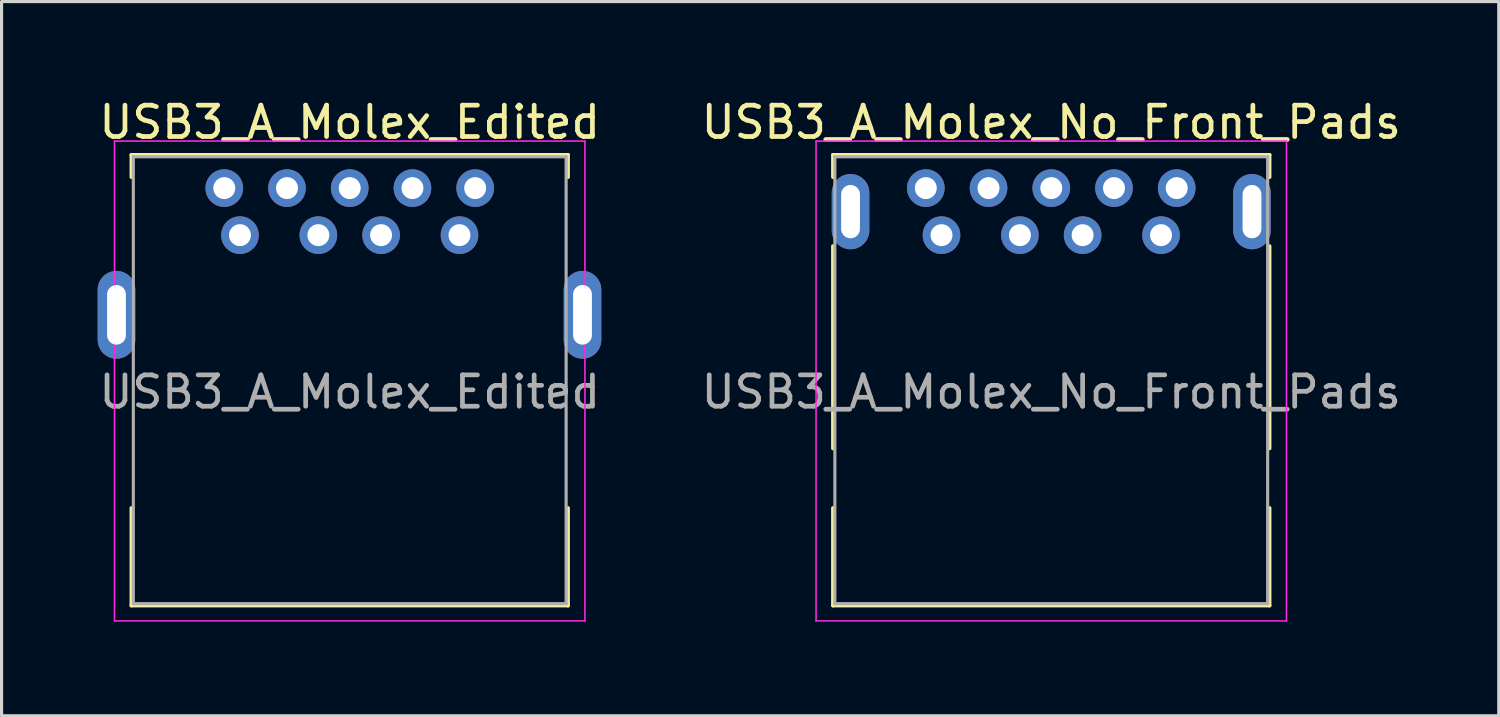
<source format=kicad_pcb>
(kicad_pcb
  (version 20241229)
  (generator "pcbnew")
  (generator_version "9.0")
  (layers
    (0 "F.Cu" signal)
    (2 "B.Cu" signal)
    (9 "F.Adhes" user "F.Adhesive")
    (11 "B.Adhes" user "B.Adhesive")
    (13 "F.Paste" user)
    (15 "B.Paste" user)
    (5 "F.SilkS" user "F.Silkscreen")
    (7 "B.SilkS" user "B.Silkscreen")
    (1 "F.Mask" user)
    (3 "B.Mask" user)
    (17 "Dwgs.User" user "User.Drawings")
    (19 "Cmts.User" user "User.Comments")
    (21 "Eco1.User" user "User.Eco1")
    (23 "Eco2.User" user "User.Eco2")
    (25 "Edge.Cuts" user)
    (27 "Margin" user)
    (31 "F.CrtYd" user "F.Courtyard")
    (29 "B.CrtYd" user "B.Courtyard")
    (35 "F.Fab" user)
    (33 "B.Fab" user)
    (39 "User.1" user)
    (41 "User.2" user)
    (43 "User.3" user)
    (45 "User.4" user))
  (footprint "USB3_A_Molex_Edited"
    (layer "F.Cu")
    (at 4.601 4.448)
    (property "Reference" "USB3_A_Molex_Edited" (at 3.5 -3.6 0) (layer "F.SilkS") (effects (font (size 1 1) (thickness 0.15))))
    (attr through_hole)
    (fp_line (start -3.46 -2.56) (end -3.46 -1.85) (stroke (width 0.12) (type solid)) (layer "F.SilkS"))
    (fp_line (start -3.46 -2.56) (end 10.46 -2.56) (stroke (width 0.12) (type solid)) (layer "F.SilkS"))
    (fp_line (start -3.46 11.81) (end -3.46 8.7) (stroke (width 0.12) (type solid)) (layer "F.SilkS"))
    (fp_line (start -3.46 11.81) (end 10.46 11.81) (stroke (width 0.12) (type solid)) (layer "F.SilkS"))
    (fp_line (start 10.46 -2.56) (end 10.46 -1.85) (stroke (width 0.12) (type solid)) (layer "F.SilkS"))
    (fp_line (start 10.46 11.81) (end 10.46 8.7) (stroke (width 0.12) (type solid)) (layer "F.SilkS"))
    (fp_line (start -4 -3) (end 11 -3) (stroke (width 0.05) (type solid)) (layer "F.CrtYd"))
    (fp_line (start -4 12.3) (end -4 -3) (stroke (width 0.05) (type solid)) (layer "F.CrtYd"))
    (fp_line (start 11 -3) (end 11 12.3) (stroke (width 0.05) (type solid)) (layer "F.CrtYd"))
    (fp_line (start 11 12.3) (end -4 12.3) (stroke (width 0.05) (type solid)) (layer "F.CrtYd"))
    (fp_line (start -3.4 -2.5) (end 10.4 -2.5) (stroke (width 0.1) (type solid)) (layer "F.Fab"))
    (fp_line (start -3.4 11.75) (end -3.4 -2.5) (stroke (width 0.1) (type solid)) (layer "F.Fab"))
    (fp_line (start 10.4 -2.5) (end 10.4 11.75) (stroke (width 0.1) (type solid)) (layer "F.Fab"))
    (fp_line (start 10.4 11.75) (end -3.4 11.75) (stroke (width 0.1) (type solid)) (layer "F.Fab"))
    (fp_text user "${REFERENCE}" (at 3.5 5 0) (layer "F.Fab") (effects (font (size 1 1) (thickness 0.15))))
    (pad "1" thru_hole circle (at 0 0) (size 1.2 1.2) (drill 0.7) (layers "*.Cu" "*.Mask"))
    (pad "2" thru_hole circle (at 2.5 0) (size 1.2 1.2) (drill 0.7) (layers "*.Cu" "*.Mask"))
    (pad "3" thru_hole circle (at 4.5 0) (size 1.2 1.2) (drill 0.7) (layers "*.Cu" "*.Mask"))
    (pad "4" thru_hole circle (at 7 0) (size 1.2 1.2) (drill 0.7) (layers "*.Cu" "*.Mask"))
    (pad "5" thru_hole circle (at 7.5 -1.5) (size 1.2 1.2) (drill 0.7) (layers "*.Cu" "*.Mask"))
    (pad "6" thru_hole circle (at 5.5 -1.5) (size 1.2 1.2) (drill 0.7) (layers "*.Cu" "*.Mask"))
    (pad "7" thru_hole circle (at 3.5 -1.5) (size 1.2 1.2) (drill 0.7) (layers "*.Cu" "*.Mask"))
    (pad "8" thru_hole circle (at 1.5 -1.5) (size 1.2 1.2) (drill 0.7) (layers "*.Cu" "*.Mask"))
    (pad "9" thru_hole circle (at -0.5 -1.5) (size 1.2 1.2) (drill 0.7) (layers "*.Cu" "*.Mask"))
    (pad "10" thru_hole oval (at -3.937 2.54) (size 1.2 2.8) (drill oval 0.6 1.9) (layers "*.Cu" "*.Mask"))
    (pad "10" thru_hole oval (at 10.922 2.54) (size 1.2 2.8) (drill oval 0.6 1.9) (layers "*.Cu" "*.Mask")))
  (footprint "USB3_A_Molex_No_Front_Pads"
    (layer "F.Cu")
    (at 26.97 4.448)
    (property "Reference" "USB3_A_Molex_No_Front_Pads" (at 3.5 -3.6 0) (layer "F.SilkS") (effects (font (size 1 1) (thickness 0.15))))
    (attr through_hole)
    (fp_line (start -3.46 -2.56) (end -3.46 -1.85) (stroke (width 0.12) (type solid)) (layer "F.SilkS"))
    (fp_line (start -3.46 -2.56) (end 10.46 -2.56) (stroke (width 0.12) (type solid)) (layer "F.SilkS"))
    (fp_line (start -3.46 6.8) (end -3.46 0.35) (stroke (width 0.12) (type solid)) (layer "F.SilkS"))
    (fp_line (start -3.46 11.81) (end -3.46 8.7) (stroke (width 0.12) (type solid)) (layer "F.SilkS"))
    (fp_line (start -3.46 11.81) (end 10.46 11.81) (stroke (width 0.12) (type solid)) (layer "F.SilkS"))
    (fp_line (start 10.46 -2.56) (end 10.46 -1.85) (stroke (width 0.12) (type solid)) (layer "F.SilkS"))
    (fp_line (start 10.46 6.8) (end 10.46 0.35) (stroke (width 0.12) (type solid)) (layer "F.SilkS"))
    (fp_line (start 10.46 11.81) (end 10.46 8.7) (stroke (width 0.12) (type solid)) (layer "F.SilkS"))
    (fp_line (start -4 -3) (end 11 -3) (stroke (width 0.05) (type solid)) (layer "F.CrtYd"))
    (fp_line (start -4 12.3) (end -4 -3) (stroke (width 0.05) (type solid)) (layer "F.CrtYd"))
    (fp_line (start 11 -3) (end 11 12.3) (stroke (width 0.05) (type solid)) (layer "F.CrtYd"))
    (fp_line (start 11 12.3) (end -4 12.3) (stroke (width 0.05) (type solid)) (layer "F.CrtYd"))
    (fp_line (start -3.4 -2.5) (end 10.4 -2.5) (stroke (width 0.1) (type solid)) (layer "F.Fab"))
    (fp_line (start -3.4 11.75) (end -3.4 -2.5) (stroke (width 0.1) (type solid)) (layer "F.Fab"))
    (fp_line (start 10.4 -2.5) (end 10.4 11.75) (stroke (width 0.1) (type solid)) (layer "F.Fab"))
    (fp_line (start 10.4 11.75) (end -3.4 11.75) (stroke (width 0.1) (type solid)) (layer "F.Fab"))
    (fp_text user "${REFERENCE}" (at 3.5 5 0) (layer "F.Fab") (effects (font (size 1 1) (thickness 0.15))))
    (pad "1" thru_hole circle (at 0 0) (size 1.2 1.2) (drill 0.7) (layers "*.Cu" "*.Mask"))
    (pad "2" thru_hole circle (at 2.5 0) (size 1.2 1.2) (drill 0.7) (layers "*.Cu" "*.Mask"))
    (pad "3" thru_hole circle (at 4.5 0) (size 1.2 1.2) (drill 0.7) (layers "*.Cu" "*.Mask"))
    (pad "4" thru_hole circle (at 7 0) (size 1.2 1.2) (drill 0.7) (layers "*.Cu" "*.Mask"))
    (pad "5" thru_hole circle (at 7.5 -1.5) (size 1.2 1.2) (drill 0.7) (layers "*.Cu" "*.Mask"))
    (pad "6" thru_hole circle (at 5.5 -1.5) (size 1.2 1.2) (drill 0.7) (layers "*.Cu" "*.Mask"))
    (pad "7" thru_hole circle (at 3.5 -1.5) (size 1.2 1.2) (drill 0.7) (layers "*.Cu" "*.Mask"))
    (pad "8" thru_hole circle (at 1.5 -1.5) (size 1.2 1.2) (drill 0.7) (layers "*.Cu" "*.Mask"))
    (pad "9" thru_hole circle (at -0.5 -1.5) (size 1.2 1.2) (drill 0.7) (layers "*.Cu" "*.Mask"))
    (pad "10" thru_hole oval (at -2.9 -0.75) (size 1.2 2.4) (drill oval 0.6 1.7) (layers "*.Cu" "*.Mask"))
    (pad "10" thru_hole oval (at 9.9 -0.75) (size 1.2 2.4) (drill oval 0.6 1.7) (layers "*.Cu" "*.Mask")))
  (gr_rect
    (start -3 -3)
    (end 44.738 19.773)
    (stroke (width 0.1) (type default))
    (fill no)
    (layer "Edge.Cuts")))
</source>
